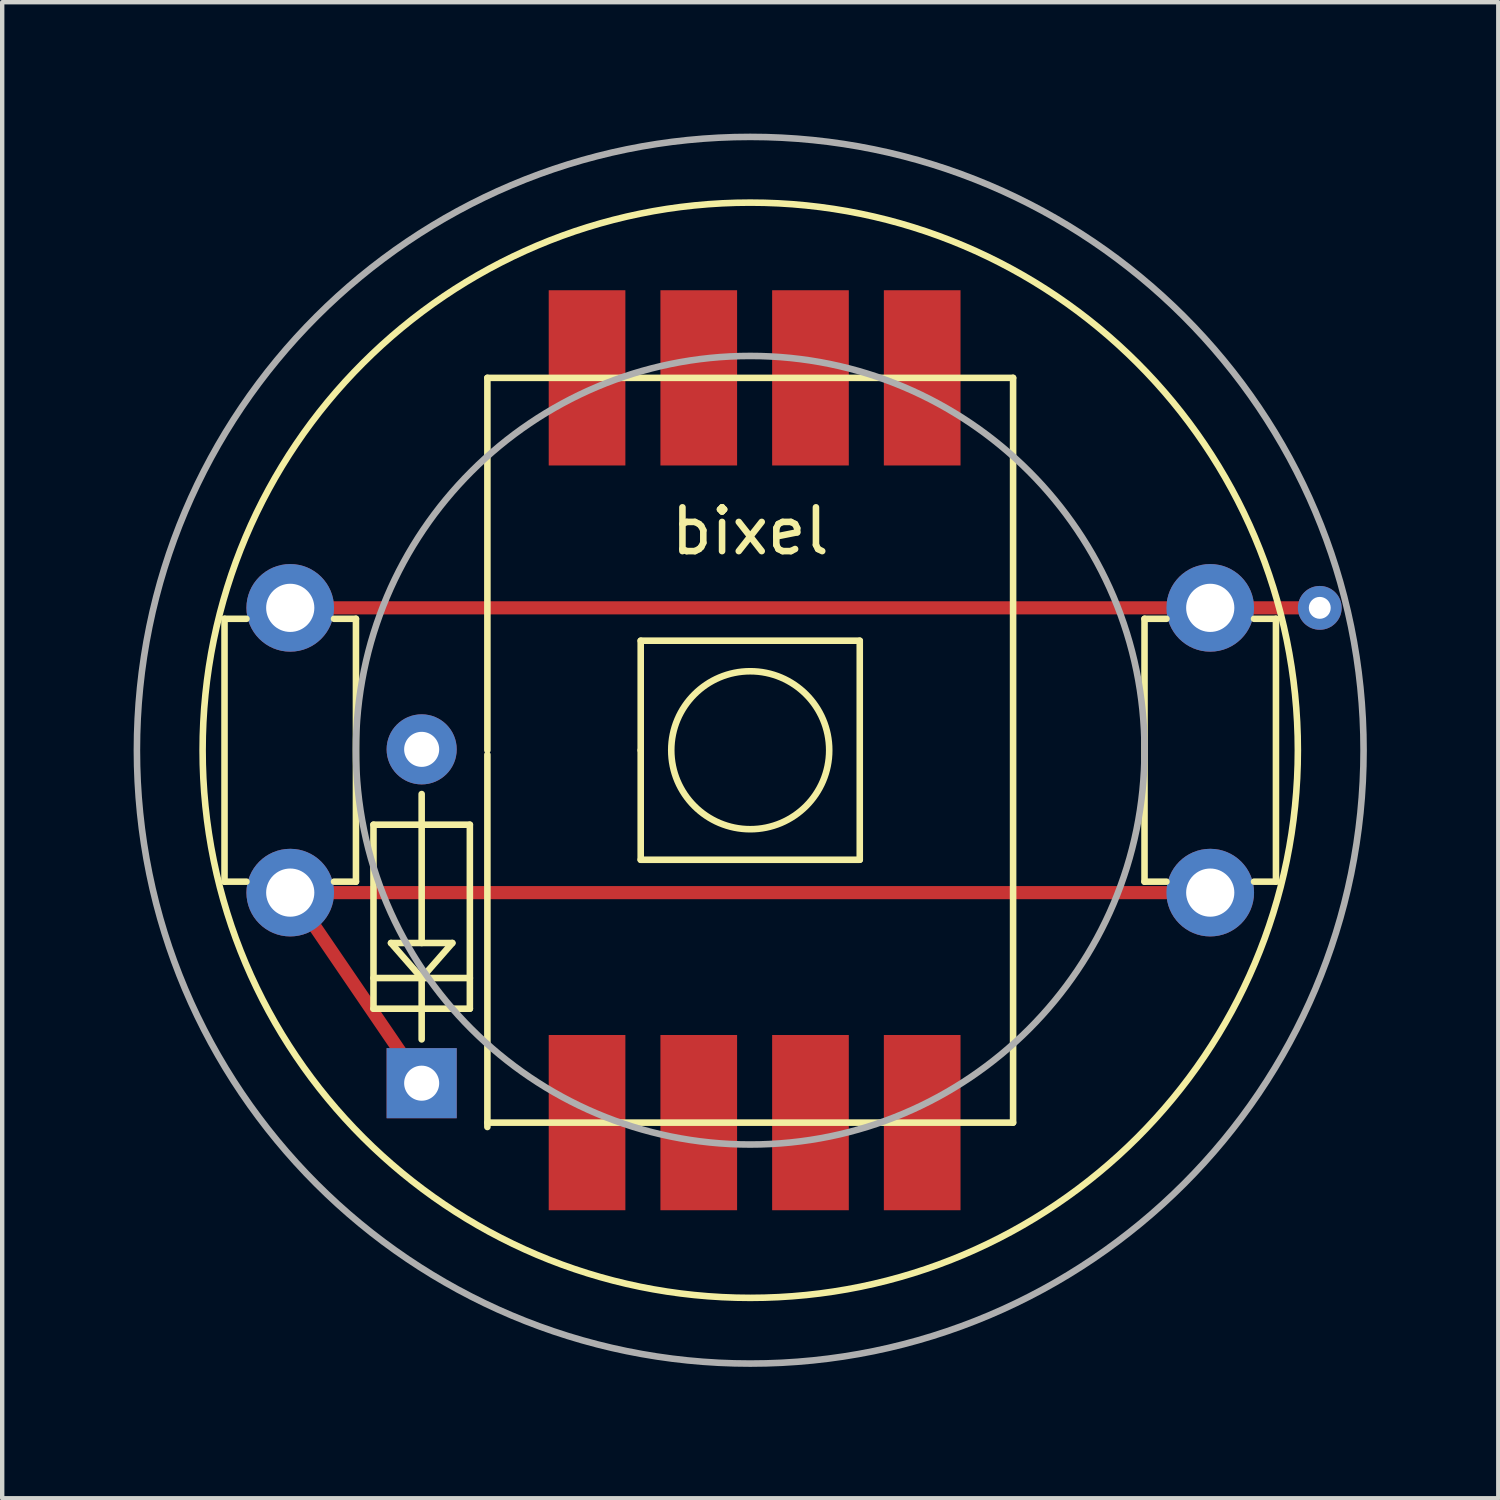
<source format=kicad_pcb>
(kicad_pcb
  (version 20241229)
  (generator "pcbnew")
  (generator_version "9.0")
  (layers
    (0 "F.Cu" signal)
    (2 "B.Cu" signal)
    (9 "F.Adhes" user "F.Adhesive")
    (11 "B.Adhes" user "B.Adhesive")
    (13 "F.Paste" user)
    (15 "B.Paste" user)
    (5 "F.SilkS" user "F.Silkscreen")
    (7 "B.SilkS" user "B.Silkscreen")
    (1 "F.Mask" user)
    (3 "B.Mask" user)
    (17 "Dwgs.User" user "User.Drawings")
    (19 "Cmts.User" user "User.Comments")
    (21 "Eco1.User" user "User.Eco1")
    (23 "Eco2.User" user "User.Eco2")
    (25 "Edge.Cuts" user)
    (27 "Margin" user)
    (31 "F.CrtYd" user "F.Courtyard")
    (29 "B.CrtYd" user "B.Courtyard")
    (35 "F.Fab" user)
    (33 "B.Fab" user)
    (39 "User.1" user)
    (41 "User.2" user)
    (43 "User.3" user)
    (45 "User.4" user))
  (footprint "bixel"
    (layer "F.Cu")
    (at 14.075 14.075)
    (property "Reference" "bixel" (at 0 -5 0) (layer "F.SilkS") (effects (font (size 1 1) (thickness 0.15))))
    (attr through_hole)
    (fp_line (start -10.5 -3.25) (end 10.5 -3.25) (stroke (width 0.3) (type solid)) (layer "F.Cu"))
    (fp_line (start -10.5 3.25) (end 10.5 3.25) (stroke (width 0.3) (type solid)) (layer "F.Cu"))
    (fp_line (start -7.5 7.6) (end -10.5 3.2) (stroke (width 0.3) (type solid)) (layer "F.Cu"))
    (fp_line (start 10.5 -3.25) (end 13 -3.25) (stroke (width 0.3) (type solid)) (layer "F.Cu"))
    (fp_line (start -12 -3) (end -12 3) (stroke (width 0.15) (type solid)) (layer "F.SilkS"))
    (fp_line (start -12 3) (end -11.5 3) (stroke (width 0.15) (type solid)) (layer "F.SilkS"))
    (fp_line (start -11.5 -3) (end -12 -3) (stroke (width 0.15) (type solid)) (layer "F.SilkS"))
    (fp_line (start -9.5 3) (end -9 3) (stroke (width 0.15) (type solid)) (layer "F.SilkS"))
    (fp_line (start -9 -3) (end -9.5 -3) (stroke (width 0.15) (type solid)) (layer "F.SilkS"))
    (fp_line (start -9 3) (end -9 -3) (stroke (width 0.15) (type solid)) (layer "F.SilkS"))
    (fp_line (start -8.6 1.7) (end -6.4 1.7) (stroke (width 0.15) (type solid)) (layer "F.SilkS"))
    (fp_line (start -8.6 5.2) (end -6.4 5.2) (stroke (width 0.15) (type solid)) (layer "F.SilkS"))
    (fp_line (start -8.6 5.9) (end -8.6 1.7) (stroke (width 0.15) (type solid)) (layer "F.SilkS"))
    (fp_line (start -8.2 4.4) (end -6.8 4.4) (stroke (width 0.15) (type solid)) (layer "F.SilkS"))
    (fp_line (start -7.5 4.4) (end -7.5 1) (stroke (width 0.15) (type solid)) (layer "F.SilkS"))
    (fp_line (start -7.5 5.2) (end -8.2 4.4) (stroke (width 0.15) (type solid)) (layer "F.SilkS"))
    (fp_line (start -7.5 5.2) (end -7.5 5.9) (stroke (width 0.15) (type solid)) (layer "F.SilkS"))
    (fp_line (start -7.5 5.9) (end -7.5 6.6) (stroke (width 0.15) (type solid)) (layer "F.SilkS"))
    (fp_line (start -6.8 4.4) (end -7.5 5.2) (stroke (width 0.15) (type solid)) (layer "F.SilkS"))
    (fp_line (start -6.4 1.7) (end -6.4 5.9) (stroke (width 0.15) (type solid)) (layer "F.SilkS"))
    (fp_line (start -6.4 5.9) (end -8.6 5.9) (stroke (width 0.15) (type solid)) (layer "F.SilkS"))
    (fp_line (start -6 -8.5) (end 6 -8.5) (stroke (width 0.15) (type solid)) (layer "F.SilkS"))
    (fp_line (start -6 0) (end -6 -8.5) (stroke (width 0.15) (type solid)) (layer "F.SilkS"))
    (fp_line (start -6 8.6) (end -6 0.1) (stroke (width 0.15) (type solid)) (layer "F.SilkS"))
    (fp_line (start -2.5 -2.5) (end 2.5 -2.5) (stroke (width 0.15) (type solid)) (layer "F.SilkS"))
    (fp_line (start -2.5 0) (end -2.5 -2.5) (stroke (width 0.15) (type solid)) (layer "F.SilkS"))
    (fp_line (start -2.5 2.5) (end -2.5 0) (stroke (width 0.15) (type solid)) (layer "F.SilkS"))
    (fp_line (start 2.5 -2.5) (end 2.5 2.5) (stroke (width 0.15) (type solid)) (layer "F.SilkS"))
    (fp_line (start 2.5 2.5) (end -2.5 2.5) (stroke (width 0.15) (type solid)) (layer "F.SilkS"))
    (fp_line (start 6 -8.5) (end 6 8.5) (stroke (width 0.15) (type solid)) (layer "F.SilkS"))
    (fp_line (start 6 8.5) (end -6 8.5) (stroke (width 0.15) (type solid)) (layer "F.SilkS"))
    (fp_line (start 9 -3) (end 9 3) (stroke (width 0.15) (type solid)) (layer "F.SilkS"))
    (fp_line (start 9 3) (end 9.5 3) (stroke (width 0.15) (type solid)) (layer "F.SilkS"))
    (fp_line (start 9.5 -3) (end 9 -3) (stroke (width 0.15) (type solid)) (layer "F.SilkS"))
    (fp_line (start 11.5 3) (end 12 3) (stroke (width 0.15) (type solid)) (layer "F.SilkS"))
    (fp_line (start 12 -3) (end 11.5 -3) (stroke (width 0.15) (type solid)) (layer "F.SilkS"))
    (fp_line (start 12 3) (end 12 -3) (stroke (width 0.15) (type solid)) (layer "F.SilkS"))
    (fp_circle (center 0 0) (end 0 12.5) (stroke (width 0.15) (type solid)) (fill no) (layer "F.SilkS"))
    (fp_circle (center 0 0) (end 1 1.5) (stroke (width 0.15) (type solid)) (fill no) (layer "F.SilkS"))
    (fp_circle (center 0 0) (end 9 0) (stroke (width 0.15) (type solid)) (fill no) (layer "F.Fab"))
    (fp_circle (center 0 0) (end 14 0) (stroke (width 0.15) (type solid)) (fill no) (layer "F.Fab"))
    (pad "" thru_hole circle (at -10.5 -3.25) (size 2 2) (drill 1.1) (layers "*.Cu" "*.Mask"))
    (pad "" thru_hole circle (at -10.5 3.25) (size 2 2) (drill 1.1) (layers "*.Cu" "*.Mask"))
    (pad "" thru_hole rect (at -7.5 7.6 90) (size 1.6 1.6) (drill 0.8) (layers "*.Cu" "*.Mask"))
    (pad "" thru_hole circle (at 10.5 -3.25) (size 2 2) (drill 1.1) (layers "*.Cu" "*.Mask"))
    (pad "" thru_hole circle (at 10.5 3.25) (size 2 2) (drill 1.1) (layers "*.Cu" "*.Mask"))
    (pad "1" smd rect (at -3.725 -8.5) (size 1.75 4) (layers "F.Cu" "F.Mask" "F.Paste"))
    (pad "2" smd rect (at -1.175 -8.5) (size 1.75 4) (layers "F.Cu" "F.Mask" "F.Paste"))
    (pad "3" smd rect (at 1.375 -8.5) (size 1.75 4) (layers "F.Cu" "F.Mask" "F.Paste"))
    (pad "4" smd rect (at 3.925 -8.5) (size 1.75 4) (layers "F.Cu" "F.Mask" "F.Paste"))
    (pad "5" smd rect (at -3.725 8.5) (size 1.75 4) (layers "F.Cu" "F.Mask" "F.Paste"))
    (pad "6" smd rect (at -1.175 8.5) (size 1.75 4) (layers "F.Cu" "F.Mask" "F.Paste"))
    (pad "7" smd rect (at 1.375 8.5) (size 1.75 4) (layers "F.Cu" "F.Mask" "F.Paste"))
    (pad "8" smd rect (at 3.925 8.5) (size 1.75 4) (layers "F.Cu" "F.Mask" "F.Paste"))
    (pad "9" thru_hole oval (at -7.5 -0.02 90) (size 1.6 1.6) (drill 0.8) (layers "*.Cu" "*.Mask"))
    (pad "10" thru_hole circle (at 13 -3.25) (size 1 1) (drill 0.5) (layers "*.Cu" "*.Mask")))
  (gr_rect
    (start -3 -3)
    (end 31.15 31.15)
    (stroke (width 0.1) (type default))
    (fill no)
    (layer "Edge.Cuts")))
</source>
